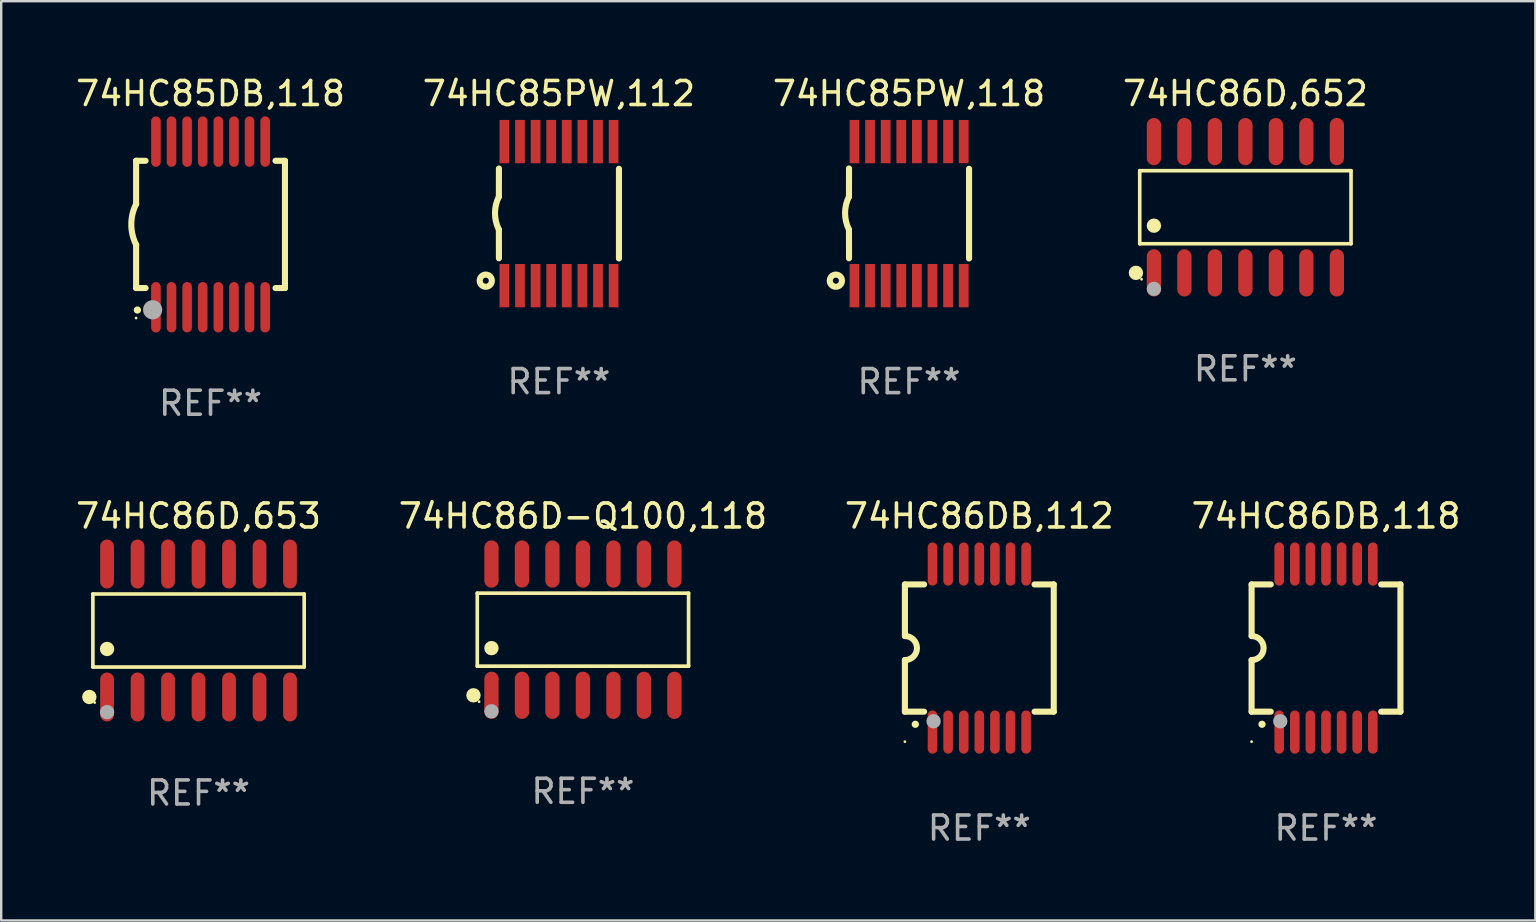
<source format=kicad_pcb>
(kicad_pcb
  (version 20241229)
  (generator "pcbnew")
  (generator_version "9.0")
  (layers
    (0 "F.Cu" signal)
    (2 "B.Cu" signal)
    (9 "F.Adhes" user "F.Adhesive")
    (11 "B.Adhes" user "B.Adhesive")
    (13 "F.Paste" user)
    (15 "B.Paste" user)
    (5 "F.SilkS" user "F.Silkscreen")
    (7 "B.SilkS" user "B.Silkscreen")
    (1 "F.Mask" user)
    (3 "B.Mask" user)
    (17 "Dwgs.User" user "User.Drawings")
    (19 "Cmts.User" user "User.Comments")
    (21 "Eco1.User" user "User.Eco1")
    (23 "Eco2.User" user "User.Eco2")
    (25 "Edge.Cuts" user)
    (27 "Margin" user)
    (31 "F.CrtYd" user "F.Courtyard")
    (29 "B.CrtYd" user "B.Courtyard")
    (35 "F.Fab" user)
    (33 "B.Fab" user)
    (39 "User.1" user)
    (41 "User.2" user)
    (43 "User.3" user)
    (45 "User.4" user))
  (footprint "74HC85PW,112"
    (layer "F.Cu")
    (at 20.232 5.848)
    (property "Reference" "74HC85PW,112" (at 0 -5 0) (layer "F.SilkS") (effects (font (size 1 1) (thickness 0.15))))
    (attr through_hole)
    (fp_line (start -2.501 -0.706) (end -2.499 -1.88) (stroke (width 0.254) (type solid)) (layer "F.SilkS"))
    (fp_line (start -2.499 1.86) (end -2.501 0.666) (stroke (width 0.254) (type solid)) (layer "F.SilkS"))
    (fp_line (start 2.501 1.868) (end 2.501 -1.868) (stroke (width 0.254) (type solid)) (layer "F.SilkS"))
    (fp_arc (start -2.501448 0.665812) (mid -2.663344 -0.01999) (end -2.501448 -0.705791) (stroke (width 0.254001) (type solid)) (layer "F.SilkS"))
    (fp_circle (center -3.047 2.794) (end -2.793 2.794) (stroke (width 0.254) (type solid)) (fill no) (layer "F.SilkS"))
    (fp_text user "REF**" (at 0 7 0) (layer "F.Fab") (effects (font (size 1 1) (thickness 0.15))))
    (pad "1" smd rect (at -2.272 3 90) (size 1.803 0.406) (layers "F.Cu" "F.Mask" "F.Paste"))
    (pad "2" smd rect (at -1.622 3 90) (size 1.803 0.406) (layers "F.Cu" "F.Mask" "F.Paste"))
    (pad "3" smd rect (at -0.972 3 90) (size 1.803 0.406) (layers "F.Cu" "F.Mask" "F.Paste"))
    (pad "4" smd rect (at -0.322 3 90) (size 1.803 0.406) (layers "F.Cu" "F.Mask" "F.Paste"))
    (pad "5" smd rect (at 0.328 3 90) (size 1.803 0.406) (layers "F.Cu" "F.Mask" "F.Paste"))
    (pad "6" smd rect (at 0.978 3 90) (size 1.803 0.406) (layers "F.Cu" "F.Mask" "F.Paste"))
    (pad "7" smd rect (at 1.628 3 90) (size 1.803 0.406) (layers "F.Cu" "F.Mask" "F.Paste"))
    (pad "8" smd rect (at 2.278 3 90) (size 1.803 0.406) (layers "F.Cu" "F.Mask" "F.Paste"))
    (pad "9" smd rect (at 2.278 -3 90) (size 1.803 0.406) (layers "F.Cu" "F.Mask" "F.Paste"))
    (pad "10" smd rect (at 1.628 -3 90) (size 1.803 0.406) (layers "F.Cu" "F.Mask" "F.Paste"))
    (pad "11" smd rect (at 0.978 -3 90) (size 1.803 0.406) (layers "F.Cu" "F.Mask" "F.Paste"))
    (pad "12" smd rect (at 0.328 -3 90) (size 1.803 0.406) (layers "F.Cu" "F.Mask" "F.Paste"))
    (pad "13" smd rect (at -0.322 -3 90) (size 1.803 0.406) (layers "F.Cu" "F.Mask" "F.Paste"))
    (pad "14" smd rect (at -0.972 -3 90) (size 1.803 0.406) (layers "F.Cu" "F.Mask" "F.Paste"))
    (pad "15" smd rect (at -1.622 -3 90) (size 1.803 0.406) (layers "F.Cu" "F.Mask" "F.Paste"))
    (pad "16" smd rect (at -2.272 -3 90) (size 1.803 0.406) (layers "F.Cu" "F.Mask" "F.Paste")))
  (footprint "74HC85DB,118"
    (layer "F.Cu")
    (at 5.72 6.298)
    (property "Reference" "74HC85DB,118" (at 0 -5.45 0) (layer "F.SilkS") (effects (font (size 1 1) (thickness 0.15))))
    (attr through_hole)
    (fp_line (start -3.1 -2.65) (end -3.1 -0.85) (stroke (width 0.254) (type solid)) (layer "F.SilkS"))
    (fp_line (start -3.1 -2.65) (end -2.706 -2.65) (stroke (width 0.254) (type solid)) (layer "F.SilkS"))
    (fp_line (start -3.1 2.65) (end -3.1 0.85) (stroke (width 0.254) (type solid)) (layer "F.SilkS"))
    (fp_line (start -3.1 2.65) (end -2.706 2.65) (stroke (width 0.254) (type solid)) (layer "F.SilkS"))
    (fp_line (start 2.706 -2.65) (end 3.1 -2.65) (stroke (width 0.254) (type solid)) (layer "F.SilkS"))
    (fp_line (start 2.706 2.65) (end 3.1 2.65) (stroke (width 0.254) (type solid)) (layer "F.SilkS"))
    (fp_line (start 3.1 -2.65) (end 3.1 2.65) (stroke (width 0.254) (type solid)) (layer "F.SilkS"))
    (fp_arc (start -3.098907 0.850902) (mid -3.300057 0.000523) (end -3.1 -0.850114) (stroke (width 0.254001) (type solid)) (layer "F.SilkS"))
    (fp_arc (start -3.048006 3.566066) (mid -3.046736 3.566061) (end -3.045466 3.566066) (stroke (width 0.3) (type solid)) (layer "F.SilkS"))
    (fp_circle (center -3.1 3.9) (end -3.07 3.9) (stroke (width 0.06) (type solid)) (fill no) (layer "F.SilkS"))
    (fp_circle (center -2.413 3.556) (end -2.213 3.556) (stroke (width 0.4) (type solid)) (fill no) (layer "F.Fab"))
    (fp_text user "REF**" (at 0 7.45 0) (layer "F.Fab") (effects (font (size 1 1) (thickness 0.15))))
    (pad "1" smd oval (at -2.275 3.45 180) (size 0.4 2.1) (layers "F.Cu" "F.Mask" "F.Paste"))
    (pad "2" smd oval (at -1.625 3.45 180) (size 0.4 2.1) (layers "F.Cu" "F.Mask" "F.Paste"))
    (pad "3" smd oval (at -0.975 3.45 180) (size 0.4 2.1) (layers "F.Cu" "F.Mask" "F.Paste"))
    (pad "4" smd oval (at -0.325 3.45 180) (size 0.4 2.1) (layers "F.Cu" "F.Mask" "F.Paste"))
    (pad "5" smd oval (at 0.325 3.45 180) (size 0.4 2.1) (layers "F.Cu" "F.Mask" "F.Paste"))
    (pad "6" smd oval (at 0.975 3.45 180) (size 0.4 2.1) (layers "F.Cu" "F.Mask" "F.Paste"))
    (pad "7" smd oval (at 1.625 3.45 180) (size 0.4 2.1) (layers "F.Cu" "F.Mask" "F.Paste"))
    (pad "8" smd oval (at 2.275 3.45 180) (size 0.4 2.1) (layers "F.Cu" "F.Mask" "F.Paste"))
    (pad "9" smd oval (at 2.275 -3.45 180) (size 0.4 2.1) (layers "F.Cu" "F.Mask" "F.Paste"))
    (pad "10" smd oval (at 1.625 -3.45 180) (size 0.4 2.1) (layers "F.Cu" "F.Mask" "F.Paste"))
    (pad "11" smd oval (at 0.975 -3.45 180) (size 0.4 2.1) (layers "F.Cu" "F.Mask" "F.Paste"))
    (pad "12" smd oval (at 0.325 -3.45 180) (size 0.4 2.1) (layers "F.Cu" "F.Mask" "F.Paste"))
    (pad "13" smd oval (at -0.325 -3.45 180) (size 0.4 2.1) (layers "F.Cu" "F.Mask" "F.Paste"))
    (pad "14" smd oval (at -0.975 -3.45 180) (size 0.4 2.1) (layers "F.Cu" "F.Mask" "F.Paste"))
    (pad "15" smd oval (at -1.625 -3.45 180) (size 0.4 2.1) (layers "F.Cu" "F.Mask" "F.Paste"))
    (pad "16" smd oval (at -2.275 -3.45 180) (size 0.4 2.1) (layers "F.Cu" "F.Mask" "F.Paste")))
  (footprint "74HC85PW,118"
    (layer "F.Cu")
    (at 34.815 5.848)
    (property "Reference" "74HC85PW,118" (at 0 -5 0) (layer "F.SilkS") (effects (font (size 1 1) (thickness 0.15))))
    (attr through_hole)
    (fp_line (start -2.501 -0.706) (end -2.499 -1.88) (stroke (width 0.254) (type solid)) (layer "F.SilkS"))
    (fp_line (start -2.499 1.86) (end -2.501 0.666) (stroke (width 0.254) (type solid)) (layer "F.SilkS"))
    (fp_line (start 2.501 1.868) (end 2.501 -1.868) (stroke (width 0.254) (type solid)) (layer "F.SilkS"))
    (fp_arc (start -2.501448 0.665812) (mid -2.663344 -0.01999) (end -2.501448 -0.705791) (stroke (width 0.254001) (type solid)) (layer "F.SilkS"))
    (fp_circle (center -3.047 2.794) (end -2.793 2.794) (stroke (width 0.254) (type solid)) (fill no) (layer "F.SilkS"))
    (fp_text user "REF**" (at 0 7 0) (layer "F.Fab") (effects (font (size 1 1) (thickness 0.15))))
    (pad "1" smd rect (at -2.272 3 90) (size 1.803 0.406) (layers "F.Cu" "F.Mask" "F.Paste"))
    (pad "2" smd rect (at -1.622 3 90) (size 1.803 0.406) (layers "F.Cu" "F.Mask" "F.Paste"))
    (pad "3" smd rect (at -0.972 3 90) (size 1.803 0.406) (layers "F.Cu" "F.Mask" "F.Paste"))
    (pad "4" smd rect (at -0.322 3 90) (size 1.803 0.406) (layers "F.Cu" "F.Mask" "F.Paste"))
    (pad "5" smd rect (at 0.328 3 90) (size 1.803 0.406) (layers "F.Cu" "F.Mask" "F.Paste"))
    (pad "6" smd rect (at 0.978 3 90) (size 1.803 0.406) (layers "F.Cu" "F.Mask" "F.Paste"))
    (pad "7" smd rect (at 1.628 3 90) (size 1.803 0.406) (layers "F.Cu" "F.Mask" "F.Paste"))
    (pad "8" smd rect (at 2.278 3 90) (size 1.803 0.406) (layers "F.Cu" "F.Mask" "F.Paste"))
    (pad "9" smd rect (at 2.278 -3 90) (size 1.803 0.406) (layers "F.Cu" "F.Mask" "F.Paste"))
    (pad "10" smd rect (at 1.628 -3 90) (size 1.803 0.406) (layers "F.Cu" "F.Mask" "F.Paste"))
    (pad "11" smd rect (at 0.978 -3 90) (size 1.803 0.406) (layers "F.Cu" "F.Mask" "F.Paste"))
    (pad "12" smd rect (at 0.328 -3 90) (size 1.803 0.406) (layers "F.Cu" "F.Mask" "F.Paste"))
    (pad "13" smd rect (at -0.322 -3 90) (size 1.803 0.406) (layers "F.Cu" "F.Mask" "F.Paste"))
    (pad "14" smd rect (at -0.972 -3 90) (size 1.803 0.406) (layers "F.Cu" "F.Mask" "F.Paste"))
    (pad "15" smd rect (at -1.622 -3 90) (size 1.803 0.406) (layers "F.Cu" "F.Mask" "F.Paste"))
    (pad "16" smd rect (at -2.272 -3 90) (size 1.803 0.406) (layers "F.Cu" "F.Mask" "F.Paste")))
  (footprint "74HC86D,652"
    (layer "F.Cu")
    (at 48.827 5.582)
    (property "Reference" "74HC86D,652" (at 0 -4.734 0) (layer "F.SilkS") (effects (font (size 1 1) (thickness 0.15))))
    (attr through_hole)
    (fp_line (start -4.401 -1.521) (end 4.401 -1.521) (stroke (width 0.152) (type solid)) (layer "F.SilkS"))
    (fp_line (start -4.401 1.521) (end -4.401 -1.521) (stroke (width 0.152) (type solid)) (layer "F.SilkS"))
    (fp_line (start 4.401 -1.521) (end 4.401 1.521) (stroke (width 0.152) (type solid)) (layer "F.SilkS"))
    (fp_line (start 4.401 1.521) (end -4.401 1.521) (stroke (width 0.152) (type solid)) (layer "F.SilkS"))
    (fp_circle (center -4.56 2.734) (end -4.41 2.734) (stroke (width 0.3) (type solid)) (fill no) (layer "F.SilkS"))
    (fp_circle (center -4.325 3) (end -4.295 3) (stroke (width 0.06) (type solid)) (fill no) (layer "F.SilkS"))
    (fp_circle (center -3.81 0.769) (end -3.66 0.769) (stroke (width 0.3) (type solid)) (fill no) (layer "F.SilkS"))
    (fp_circle (center -3.81 3.4) (end -3.66 3.4) (stroke (width 0.3) (type solid)) (fill no) (layer "F.Fab"))
    (fp_text user "REF**" (at 0 6.734 0) (layer "F.Fab") (effects (font (size 1 1) (thickness 0.15))))
    (pad "1" smd oval (at -3.81 2.734) (size 0.595 1.968) (layers "F.Cu" "F.Mask" "F.Paste"))
    (pad "2" smd oval (at -2.54 2.734) (size 0.595 1.968) (layers "F.Cu" "F.Mask" "F.Paste"))
    (pad "3" smd oval (at -1.27 2.734) (size 0.595 1.968) (layers "F.Cu" "F.Mask" "F.Paste"))
    (pad "4" smd oval (at 0 2.734) (size 0.595 1.968) (layers "F.Cu" "F.Mask" "F.Paste"))
    (pad "5" smd oval (at 1.27 2.734) (size 0.595 1.968) (layers "F.Cu" "F.Mask" "F.Paste"))
    (pad "6" smd oval (at 2.54 2.734) (size 0.595 1.968) (layers "F.Cu" "F.Mask" "F.Paste"))
    (pad "7" smd oval (at 3.81 2.734) (size 0.595 1.968) (layers "F.Cu" "F.Mask" "F.Paste"))
    (pad "8" smd oval (at 3.81 -2.734) (size 0.595 1.968) (layers "F.Cu" "F.Mask" "F.Paste"))
    (pad "9" smd oval (at 2.54 -2.734) (size 0.595 1.968) (layers "F.Cu" "F.Mask" "F.Paste"))
    (pad "10" smd oval (at 1.27 -2.734) (size 0.595 1.968) (layers "F.Cu" "F.Mask" "F.Paste"))
    (pad "11" smd oval (at 0 -2.734) (size 0.595 1.968) (layers "F.Cu" "F.Mask" "F.Paste"))
    (pad "12" smd oval (at -1.27 -2.734) (size 0.595 1.968) (layers "F.Cu" "F.Mask" "F.Paste"))
    (pad "13" smd oval (at -2.54 -2.734) (size 0.595 1.968) (layers "F.Cu" "F.Mask" "F.Paste"))
    (pad "14" smd oval (at -3.81 -2.734) (size 0.595 1.968) (layers "F.Cu" "F.Mask" "F.Paste")))
  (footprint "74HC86DB,112"
    (layer "F.Cu")
    (at 37.744 23.945)
    (property "Reference" "74HC86DB,112" (at 0 -5.5 0) (layer "F.SilkS") (effects (font (size 1 1) (thickness 0.15))))
    (attr through_hole)
    (fp_line (start -3.1 2.65) (end -3.1 0.5) (stroke (width 0.254) (type solid)) (layer "F.SilkS"))
    (fp_line (start -3.099 -2.65) (end -2.301 -2.65) (stroke (width 0.254) (type solid)) (layer "F.SilkS"))
    (fp_line (start -3.099 -0.5) (end -3.099 -2.65) (stroke (width 0.254) (type solid)) (layer "F.SilkS"))
    (fp_line (start -2.301 2.65) (end -3.1 2.65) (stroke (width 0.254) (type solid)) (layer "F.SilkS"))
    (fp_line (start 2.301 -2.65) (end 3.1 -2.65) (stroke (width 0.254) (type solid)) (layer "F.SilkS"))
    (fp_line (start 3.1 -2.65) (end 3.1 2.65) (stroke (width 0.254) (type solid)) (layer "F.SilkS"))
    (fp_line (start 3.1 2.65) (end 2.301 2.65) (stroke (width 0.254) (type solid)) (layer "F.SilkS"))
    (fp_arc (start -3.098806 -0.500381) (mid -2.598806 0) (end -3.098806 0.500381) (stroke (width 0.254001) (type solid)) (layer "F.SilkS"))
    (fp_arc (start -2.667005 3.175006) (mid -2.665735 3.175001) (end -2.664465 3.175006) (stroke (width 0.3) (type solid)) (layer "F.SilkS"))
    (fp_circle (center -3.1 3.9) (end -3.07 3.9) (stroke (width 0.06) (type solid)) (fill no) (layer "F.SilkS"))
    (fp_circle (center -1.905 3.048) (end -1.755 3.048) (stroke (width 0.3) (type solid)) (fill no) (layer "F.Fab"))
    (fp_text user "REF**" (at 0 7.5 0) (layer "F.Fab") (effects (font (size 1 1) (thickness 0.15))))
    (pad "1" smd oval (at -1.95 3.5 270) (size 1.8 0.4) (layers "F.Cu" "F.Mask" "F.Paste"))
    (pad "2" smd oval (at -1.3 3.5 270) (size 1.8 0.4) (layers "F.Cu" "F.Mask" "F.Paste"))
    (pad "3" smd oval (at -0.65 3.5 270) (size 1.8 0.4) (layers "F.Cu" "F.Mask" "F.Paste"))
    (pad "4" smd oval (at 0 3.5 270) (size 1.8 0.4) (layers "F.Cu" "F.Mask" "F.Paste"))
    (pad "5" smd oval (at 0.65 3.5 270) (size 1.8 0.4) (layers "F.Cu" "F.Mask" "F.Paste"))
    (pad "6" smd oval (at 1.3 3.5 270) (size 1.8 0.4) (layers "F.Cu" "F.Mask" "F.Paste"))
    (pad "7" smd oval (at 1.95 3.5 270) (size 1.8 0.4) (layers "F.Cu" "F.Mask" "F.Paste"))
    (pad "8" smd oval (at 1.95 -3.5 90) (size 1.8 0.4) (layers "F.Cu" "F.Mask" "F.Paste"))
    (pad "9" smd oval (at 1.3 -3.5 90) (size 1.8 0.4) (layers "F.Cu" "F.Mask" "F.Paste"))
    (pad "10" smd oval (at 0.65 -3.5 90) (size 1.8 0.4) (layers "F.Cu" "F.Mask" "F.Paste"))
    (pad "11" smd oval (at 0 -3.5 90) (size 1.8 0.4) (layers "F.Cu" "F.Mask" "F.Paste"))
    (pad "12" smd oval (at -0.65 -3.5 90) (size 1.8 0.4) (layers "F.Cu" "F.Mask" "F.Paste"))
    (pad "13" smd oval (at -1.3 -3.5 90) (size 1.8 0.4) (layers "F.Cu" "F.Mask" "F.Paste"))
    (pad "14" smd oval (at -1.95 -3.5 90) (size 1.8 0.4) (layers "F.Cu" "F.Mask" "F.Paste")))
  (footprint "74HC86D-Q100,118"
    (layer "F.Cu")
    (at 21.232 23.179)
    (property "Reference" "74HC86D-Q100,118" (at 0 -4.734 0) (layer "F.SilkS") (effects (font (size 1 1) (thickness 0.15))))
    (attr through_hole)
    (fp_line (start -4.401 -1.521) (end 4.401 -1.521) (stroke (width 0.152) (type solid)) (layer "F.SilkS"))
    (fp_line (start -4.401 1.521) (end -4.401 -1.521) (stroke (width 0.152) (type solid)) (layer "F.SilkS"))
    (fp_line (start 4.401 -1.521) (end 4.401 1.521) (stroke (width 0.152) (type solid)) (layer "F.SilkS"))
    (fp_line (start 4.401 1.521) (end -4.401 1.521) (stroke (width 0.152) (type solid)) (layer "F.SilkS"))
    (fp_circle (center -4.56 2.734) (end -4.41 2.734) (stroke (width 0.3) (type solid)) (fill no) (layer "F.SilkS"))
    (fp_circle (center -4.325 3) (end -4.295 3) (stroke (width 0.06) (type solid)) (fill no) (layer "F.SilkS"))
    (fp_circle (center -3.81 0.769) (end -3.66 0.769) (stroke (width 0.3) (type solid)) (fill no) (layer "F.SilkS"))
    (fp_circle (center -3.81 3.4) (end -3.66 3.4) (stroke (width 0.3) (type solid)) (fill no) (layer "F.Fab"))
    (fp_text user "REF**" (at 0 6.734 0) (layer "F.Fab") (effects (font (size 1 1) (thickness 0.15))))
    (pad "1" smd oval (at -3.81 2.734) (size 0.595 1.968) (layers "F.Cu" "F.Mask" "F.Paste"))
    (pad "2" smd oval (at -2.54 2.734) (size 0.595 1.968) (layers "F.Cu" "F.Mask" "F.Paste"))
    (pad "3" smd oval (at -1.27 2.734) (size 0.595 1.968) (layers "F.Cu" "F.Mask" "F.Paste"))
    (pad "4" smd oval (at 0 2.734) (size 0.595 1.968) (layers "F.Cu" "F.Mask" "F.Paste"))
    (pad "5" smd oval (at 1.27 2.734) (size 0.595 1.968) (layers "F.Cu" "F.Mask" "F.Paste"))
    (pad "6" smd oval (at 2.54 2.734) (size 0.595 1.968) (layers "F.Cu" "F.Mask" "F.Paste"))
    (pad "7" smd oval (at 3.81 2.734) (size 0.595 1.968) (layers "F.Cu" "F.Mask" "F.Paste"))
    (pad "8" smd oval (at 3.81 -2.734) (size 0.595 1.968) (layers "F.Cu" "F.Mask" "F.Paste"))
    (pad "9" smd oval (at 2.54 -2.734) (size 0.595 1.968) (layers "F.Cu" "F.Mask" "F.Paste"))
    (pad "10" smd oval (at 1.27 -2.734) (size 0.595 1.968) (layers "F.Cu" "F.Mask" "F.Paste"))
    (pad "11" smd oval (at 0 -2.734) (size 0.595 1.968) (layers "F.Cu" "F.Mask" "F.Paste"))
    (pad "12" smd oval (at -1.27 -2.734) (size 0.595 1.968) (layers "F.Cu" "F.Mask" "F.Paste"))
    (pad "13" smd oval (at -2.54 -2.734) (size 0.595 1.968) (layers "F.Cu" "F.Mask" "F.Paste"))
    (pad "14" smd oval (at -3.81 -2.734) (size 0.595 1.968) (layers "F.Cu" "F.Mask" "F.Paste")))
  (footprint "74HC86D,653"
    (layer "F.Cu")
    (at 5.22 23.214)
    (property "Reference" "74HC86D,653" (at 0 -4.769 0) (layer "F.SilkS") (effects (font (size 1 1) (thickness 0.15))))
    (attr through_hole)
    (fp_line (start -4.401 -1.521) (end 4.401 -1.521) (stroke (width 0.152) (type solid)) (layer "F.SilkS"))
    (fp_line (start -4.401 1.521) (end -4.401 -1.521) (stroke (width 0.152) (type solid)) (layer "F.SilkS"))
    (fp_line (start 4.401 -1.521) (end 4.401 1.521) (stroke (width 0.152) (type solid)) (layer "F.SilkS"))
    (fp_line (start 4.401 1.521) (end -4.401 1.521) (stroke (width 0.152) (type solid)) (layer "F.SilkS"))
    (fp_circle (center -4.549 2.769) (end -4.399 2.769) (stroke (width 0.3) (type solid)) (fill no) (layer "F.SilkS"))
    (fp_circle (center -4.325 3) (end -4.295 3) (stroke (width 0.06) (type solid)) (fill no) (layer "F.SilkS"))
    (fp_circle (center -3.81 0.769) (end -3.66 0.769) (stroke (width 0.3) (type solid)) (fill no) (layer "F.SilkS"))
    (fp_circle (center -3.81 3.4) (end -3.66 3.4) (stroke (width 0.3) (type solid)) (fill no) (layer "F.Fab"))
    (fp_text user "REF**" (at 0 6.769 0) (layer "F.Fab") (effects (font (size 1 1) (thickness 0.15))))
    (pad "1" smd oval (at -3.81 2.769) (size 0.574 2.038) (layers "F.Cu" "F.Mask" "F.Paste"))
    (pad "2" smd oval (at -2.54 2.769) (size 0.574 2.038) (layers "F.Cu" "F.Mask" "F.Paste"))
    (pad "3" smd oval (at -1.27 2.769) (size 0.574 2.038) (layers "F.Cu" "F.Mask" "F.Paste"))
    (pad "4" smd oval (at 0 2.769) (size 0.574 2.038) (layers "F.Cu" "F.Mask" "F.Paste"))
    (pad "5" smd oval (at 1.27 2.769) (size 0.574 2.038) (layers "F.Cu" "F.Mask" "F.Paste"))
    (pad "6" smd oval (at 2.54 2.769) (size 0.574 2.038) (layers "F.Cu" "F.Mask" "F.Paste"))
    (pad "7" smd oval (at 3.81 2.769) (size 0.574 2.038) (layers "F.Cu" "F.Mask" "F.Paste"))
    (pad "8" smd oval (at 3.81 -2.769) (size 0.574 2.038) (layers "F.Cu" "F.Mask" "F.Paste"))
    (pad "9" smd oval (at 2.54 -2.769) (size 0.574 2.038) (layers "F.Cu" "F.Mask" "F.Paste"))
    (pad "10" smd oval (at 1.27 -2.769) (size 0.574 2.038) (layers "F.Cu" "F.Mask" "F.Paste"))
    (pad "11" smd oval (at 0 -2.769) (size 0.574 2.038) (layers "F.Cu" "F.Mask" "F.Paste"))
    (pad "12" smd oval (at -1.27 -2.769) (size 0.574 2.038) (layers "F.Cu" "F.Mask" "F.Paste"))
    (pad "13" smd oval (at -2.54 -2.769) (size 0.574 2.038) (layers "F.Cu" "F.Mask" "F.Paste"))
    (pad "14" smd oval (at -3.81 -2.769) (size 0.574 2.038) (layers "F.Cu" "F.Mask" "F.Paste")))
  (footprint "74HC86DB,118"
    (layer "F.Cu")
    (at 52.185 23.945)
    (property "Reference" "74HC86DB,118" (at 0 -5.5 0) (layer "F.SilkS") (effects (font (size 1 1) (thickness 0.15))))
    (attr through_hole)
    (fp_line (start -3.1 2.65) (end -3.1 0.5) (stroke (width 0.254) (type solid)) (layer "F.SilkS"))
    (fp_line (start -3.099 -2.65) (end -2.301 -2.65) (stroke (width 0.254) (type solid)) (layer "F.SilkS"))
    (fp_line (start -3.099 -0.5) (end -3.099 -2.65) (stroke (width 0.254) (type solid)) (layer "F.SilkS"))
    (fp_line (start -2.301 2.65) (end -3.1 2.65) (stroke (width 0.254) (type solid)) (layer "F.SilkS"))
    (fp_line (start 2.301 -2.65) (end 3.1 -2.65) (stroke (width 0.254) (type solid)) (layer "F.SilkS"))
    (fp_line (start 3.1 -2.65) (end 3.1 2.65) (stroke (width 0.254) (type solid)) (layer "F.SilkS"))
    (fp_line (start 3.1 2.65) (end 2.301 2.65) (stroke (width 0.254) (type solid)) (layer "F.SilkS"))
    (fp_arc (start -3.098806 -0.500381) (mid -2.598806 0) (end -3.098806 0.500381) (stroke (width 0.254001) (type solid)) (layer "F.SilkS"))
    (fp_arc (start -2.667005 3.175006) (mid -2.665735 3.175001) (end -2.664465 3.175006) (stroke (width 0.3) (type solid)) (layer "F.SilkS"))
    (fp_circle (center -3.1 3.9) (end -3.07 3.9) (stroke (width 0.06) (type solid)) (fill no) (layer "F.SilkS"))
    (fp_circle (center -1.905 3.048) (end -1.755 3.048) (stroke (width 0.3) (type solid)) (fill no) (layer "F.Fab"))
    (fp_text user "REF**" (at 0 7.5 0) (layer "F.Fab") (effects (font (size 1 1) (thickness 0.15))))
    (pad "1" smd oval (at -1.95 3.5 270) (size 1.8 0.4) (layers "F.Cu" "F.Mask" "F.Paste"))
    (pad "2" smd oval (at -1.3 3.5 270) (size 1.8 0.4) (layers "F.Cu" "F.Mask" "F.Paste"))
    (pad "3" smd oval (at -0.65 3.5 270) (size 1.8 0.4) (layers "F.Cu" "F.Mask" "F.Paste"))
    (pad "4" smd oval (at 0 3.5 270) (size 1.8 0.4) (layers "F.Cu" "F.Mask" "F.Paste"))
    (pad "5" smd oval (at 0.65 3.5 270) (size 1.8 0.4) (layers "F.Cu" "F.Mask" "F.Paste"))
    (pad "6" smd oval (at 1.3 3.5 270) (size 1.8 0.4) (layers "F.Cu" "F.Mask" "F.Paste"))
    (pad "7" smd oval (at 1.95 3.5 270) (size 1.8 0.4) (layers "F.Cu" "F.Mask" "F.Paste"))
    (pad "8" smd oval (at 1.95 -3.5 90) (size 1.8 0.4) (layers "F.Cu" "F.Mask" "F.Paste"))
    (pad "9" smd oval (at 1.3 -3.5 90) (size 1.8 0.4) (layers "F.Cu" "F.Mask" "F.Paste"))
    (pad "10" smd oval (at 0.65 -3.5 90) (size 1.8 0.4) (layers "F.Cu" "F.Mask" "F.Paste"))
    (pad "11" smd oval (at 0 -3.5 90) (size 1.8 0.4) (layers "F.Cu" "F.Mask" "F.Paste"))
    (pad "12" smd oval (at -0.65 -3.5 90) (size 1.8 0.4) (layers "F.Cu" "F.Mask" "F.Paste"))
    (pad "13" smd oval (at -1.3 -3.5 90) (size 1.8 0.4) (layers "F.Cu" "F.Mask" "F.Paste"))
    (pad "14" smd oval (at -1.95 -3.5 90) (size 1.8 0.4) (layers "F.Cu" "F.Mask" "F.Paste")))
  (gr_rect
    (start -3 -3)
    (end 60.905 35.293)
    (stroke (width 0.1) (type default))
    (fill no)
    (layer "Edge.Cuts")))
</source>
